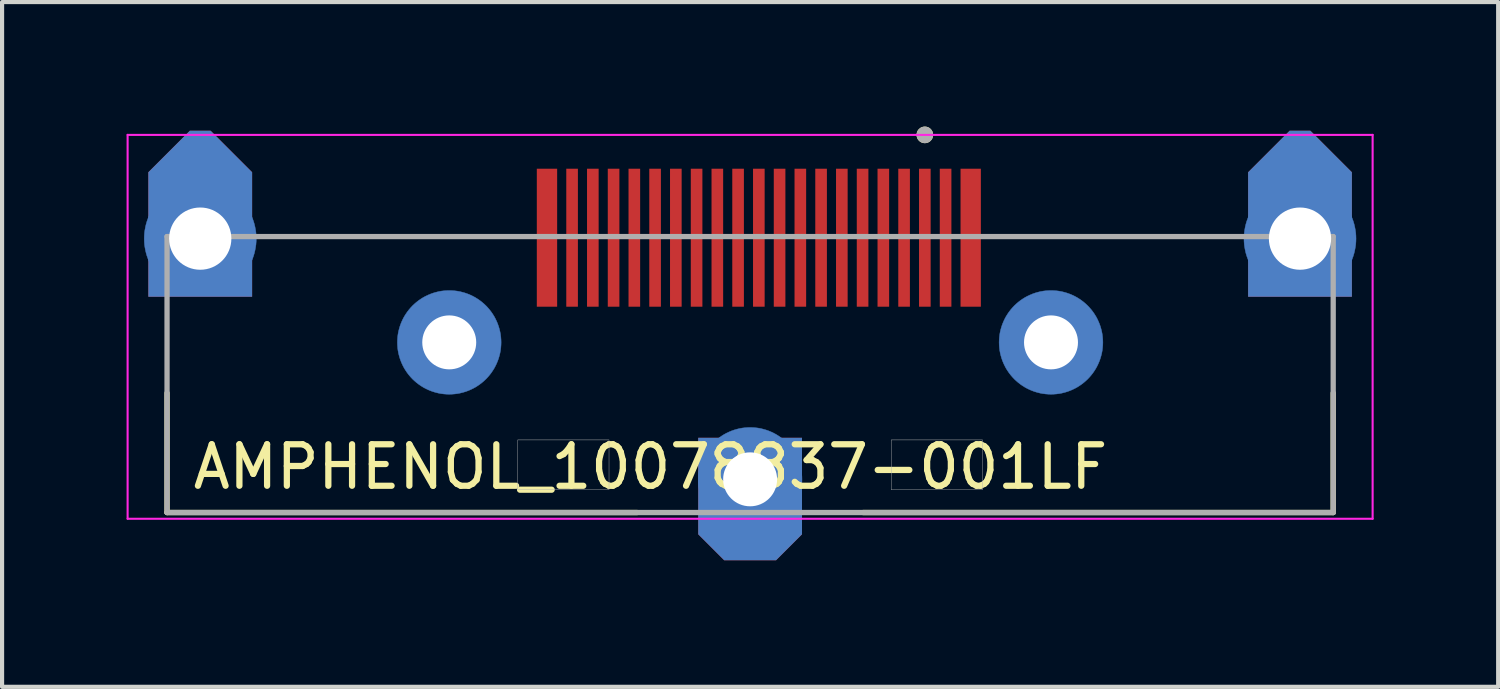
<source format=kicad_pcb>
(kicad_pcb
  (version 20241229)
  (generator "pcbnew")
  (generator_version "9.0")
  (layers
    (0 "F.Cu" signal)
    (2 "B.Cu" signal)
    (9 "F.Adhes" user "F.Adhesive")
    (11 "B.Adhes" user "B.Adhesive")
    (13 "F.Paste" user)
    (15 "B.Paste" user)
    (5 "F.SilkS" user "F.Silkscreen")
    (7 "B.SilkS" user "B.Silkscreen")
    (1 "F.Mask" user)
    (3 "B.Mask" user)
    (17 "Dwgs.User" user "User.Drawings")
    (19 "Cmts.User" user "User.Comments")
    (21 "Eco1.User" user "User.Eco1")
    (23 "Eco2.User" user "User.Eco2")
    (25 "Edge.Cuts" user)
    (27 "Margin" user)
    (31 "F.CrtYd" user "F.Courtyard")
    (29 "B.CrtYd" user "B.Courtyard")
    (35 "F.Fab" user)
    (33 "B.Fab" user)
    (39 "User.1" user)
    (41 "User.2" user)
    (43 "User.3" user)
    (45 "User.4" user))
  (footprint "AMPHENOL_10078837-001LF"
    (layer "F.Cu")
    (at 15.025 5.2)
    (property "Reference" "AMPHENOL_10078837-001LF" (at -13.5 3 0) (layer "F.SilkS") (effects (font (size 1 1) (thickness 0.15)) (justify left)))
    (attr smd)
    (fp_poly (pts (xy -14.3 -2.5) (xy -14.299 -2.555) (xy -14.294 -2.61) (xy -14.287 -2.664) (xy -14.277 -2.718) (xy -14.264 -2.772) (xy -14.249 -2.824) (xy -14.23 -2.876) (xy -14.209 -2.927) (xy -14.186 -2.977) (xy -14.159 -3.025) (xy -14.131 -3.072) (xy -14.099 -3.117) (xy -14.066 -3.161) (xy -14.03 -3.203) (xy -13.992 -3.242) (xy -13.953 -3.28) (xy -13.911 -3.316) (xy -13.867 -3.349) (xy -13.822 -3.381) (xy -13.775 -3.409) (xy -13.727 -3.436) (xy -13.677 -3.459) (xy -13.626 -3.48) (xy -13.574 -3.499) (xy -13.522 -3.514) (xy -13.468 -3.527) (xy -13.414 -3.537) (xy -13.36 -3.544) (xy -13.305 -3.549) (xy -13.25 -3.55) (xy -13.195 -3.549) (xy -13.14 -3.544) (xy -13.086 -3.537) (xy -13.032 -3.527) (xy -12.978 -3.514) (xy -12.926 -3.499) (xy -12.874 -3.48) (xy -12.823 -3.459) (xy -12.773 -3.436) (xy -12.725 -3.409) (xy -12.678 -3.381) (xy -12.633 -3.349) (xy -12.589 -3.316) (xy -12.547 -3.28) (xy -12.508 -3.242) (xy -12.47 -3.203) (xy -12.434 -3.161) (xy -12.401 -3.117) (xy -12.369 -3.072) (xy -12.341 -3.025) (xy -12.314 -2.977) (xy -12.291 -2.927) (xy -12.27 -2.876) (xy -12.251 -2.824) (xy -12.236 -2.772) (xy -12.223 -2.718) (xy -12.213 -2.664) (xy -12.206 -2.61) (xy -12.201 -2.555) (xy -12.2 -2.5) (xy -12.201 -2.445) (xy -12.206 -2.39) (xy -12.213 -2.336) (xy -12.223 -2.282) (xy -12.236 -2.228) (xy -12.251 -2.176) (xy -12.27 -2.124) (xy -12.291 -2.073) (xy -12.314 -2.023) (xy -12.341 -1.975) (xy -12.369 -1.928) (xy -12.401 -1.883) (xy -12.434 -1.839) (xy -12.47 -1.797) (xy -12.508 -1.758) (xy -12.547 -1.72) (xy -12.589 -1.684) (xy -12.633 -1.651) (xy -12.678 -1.619) (xy -12.725 -1.591) (xy -12.773 -1.564) (xy -12.823 -1.541) (xy -12.874 -1.52) (xy -12.926 -1.501) (xy -12.978 -1.486) (xy -13.032 -1.473) (xy -13.086 -1.463) (xy -13.14 -1.456) (xy -13.195 -1.451) (xy -13.25 -1.45) (xy -13.305 -1.451) (xy -13.36 -1.456) (xy -13.414 -1.463) (xy -13.468 -1.473) (xy -13.522 -1.486) (xy -13.574 -1.501) (xy -13.626 -1.52) (xy -13.677 -1.541) (xy -13.727 -1.564) (xy -13.775 -1.591) (xy -13.822 -1.619) (xy -13.867 -1.651) (xy -13.911 -1.684) (xy -13.953 -1.72) (xy -13.992 -1.758) (xy -14.03 -1.797) (xy -14.066 -1.839) (xy -14.099 -1.883) (xy -14.131 -1.928) (xy -14.159 -1.975) (xy -14.186 -2.023) (xy -14.209 -2.073) (xy -14.23 -2.124) (xy -14.249 -2.176) (xy -14.264 -2.228) (xy -14.277 -2.282) (xy -14.287 -2.336) (xy -14.294 -2.39) (xy -14.299 -2.445) (xy -14.3 -2.5)) (stroke (width 0.01) (type solid)) (fill yes) (layer "F.Cu"))
    (fp_poly (pts (xy -8.1 0) (xy -8.099 -0.044) (xy -8.095 -0.089) (xy -8.09 -0.133) (xy -8.081 -0.177) (xy -8.071 -0.22) (xy -8.058 -0.263) (xy -8.044 -0.305) (xy -8.027 -0.346) (xy -8.007 -0.386) (xy -7.986 -0.425) (xy -7.963 -0.463) (xy -7.938 -0.5) (xy -7.911 -0.535) (xy -7.882 -0.569) (xy -7.851 -0.601) (xy -7.819 -0.632) (xy -7.785 -0.661) (xy -7.75 -0.688) (xy -7.713 -0.713) (xy -7.675 -0.736) (xy -7.636 -0.757) (xy -7.596 -0.777) (xy -7.555 -0.794) (xy -7.513 -0.808) (xy -7.47 -0.821) (xy -7.427 -0.831) (xy -7.383 -0.84) (xy -7.339 -0.845) (xy -7.294 -0.849) (xy -7.25 -0.85) (xy -7.206 -0.849) (xy -7.161 -0.845) (xy -7.117 -0.84) (xy -7.073 -0.831) (xy -7.03 -0.821) (xy -6.987 -0.808) (xy -6.945 -0.794) (xy -6.904 -0.777) (xy -6.864 -0.757) (xy -6.825 -0.736) (xy -6.787 -0.713) (xy -6.75 -0.688) (xy -6.715 -0.661) (xy -6.681 -0.632) (xy -6.649 -0.601) (xy -6.618 -0.569) (xy -6.589 -0.535) (xy -6.562 -0.5) (xy -6.537 -0.463) (xy -6.514 -0.425) (xy -6.493 -0.386) (xy -6.473 -0.346) (xy -6.456 -0.305) (xy -6.442 -0.263) (xy -6.429 -0.22) (xy -6.419 -0.177) (xy -6.41 -0.133) (xy -6.405 -0.089) (xy -6.401 -0.044) (xy -6.4 0) (xy -6.401 0.044) (xy -6.405 0.089) (xy -6.41 0.133) (xy -6.419 0.177) (xy -6.429 0.22) (xy -6.442 0.263) (xy -6.456 0.305) (xy -6.473 0.346) (xy -6.493 0.386) (xy -6.514 0.425) (xy -6.537 0.463) (xy -6.562 0.5) (xy -6.589 0.535) (xy -6.618 0.569) (xy -6.649 0.601) (xy -6.681 0.632) (xy -6.715 0.661) (xy -6.75 0.688) (xy -6.787 0.713) (xy -6.825 0.736) (xy -6.864 0.757) (xy -6.904 0.777) (xy -6.945 0.794) (xy -6.987 0.808) (xy -7.03 0.821) (xy -7.073 0.831) (xy -7.117 0.84) (xy -7.161 0.845) (xy -7.206 0.849) (xy -7.25 0.85) (xy -7.294 0.849) (xy -7.339 0.845) (xy -7.383 0.84) (xy -7.427 0.831) (xy -7.47 0.821) (xy -7.513 0.808) (xy -7.555 0.794) (xy -7.596 0.777) (xy -7.636 0.757) (xy -7.675 0.736) (xy -7.713 0.713) (xy -7.75 0.688) (xy -7.785 0.661) (xy -7.819 0.632) (xy -7.851 0.601) (xy -7.882 0.569) (xy -7.911 0.535) (xy -7.938 0.5) (xy -7.963 0.463) (xy -7.986 0.425) (xy -8.007 0.386) (xy -8.027 0.346) (xy -8.044 0.305) (xy -8.058 0.263) (xy -8.071 0.22) (xy -8.081 0.177) (xy -8.09 0.133) (xy -8.095 0.089) (xy -8.099 0.044) (xy -8.1 0)) (stroke (width 0.01) (type solid)) (fill yes) (layer "F.Cu"))
    (fp_poly (pts (xy -0.85 3.3) (xy -0.849 3.256) (xy -0.845 3.211) (xy -0.84 3.167) (xy -0.831 3.123) (xy -0.821 3.08) (xy -0.808 3.037) (xy -0.794 2.995) (xy -0.777 2.954) (xy -0.757 2.914) (xy -0.736 2.875) (xy -0.713 2.837) (xy -0.688 2.8) (xy -0.661 2.765) (xy -0.632 2.731) (xy -0.601 2.699) (xy -0.569 2.668) (xy -0.535 2.639) (xy -0.5 2.612) (xy -0.463 2.587) (xy -0.425 2.564) (xy -0.386 2.543) (xy -0.346 2.523) (xy -0.305 2.506) (xy -0.263 2.492) (xy -0.22 2.479) (xy -0.177 2.469) (xy -0.133 2.46) (xy -0.089 2.455) (xy -0.044 2.451) (xy 0 2.45) (xy 0.044 2.451) (xy 0.089 2.455) (xy 0.133 2.46) (xy 0.177 2.469) (xy 0.22 2.479) (xy 0.263 2.492) (xy 0.305 2.506) (xy 0.346 2.523) (xy 0.386 2.543) (xy 0.425 2.564) (xy 0.463 2.587) (xy 0.5 2.612) (xy 0.535 2.639) (xy 0.569 2.668) (xy 0.601 2.699) (xy 0.632 2.731) (xy 0.661 2.765) (xy 0.688 2.8) (xy 0.713 2.837) (xy 0.736 2.875) (xy 0.757 2.914) (xy 0.777 2.954) (xy 0.794 2.995) (xy 0.808 3.037) (xy 0.821 3.08) (xy 0.831 3.123) (xy 0.84 3.167) (xy 0.845 3.211) (xy 0.849 3.256) (xy 0.85 3.3) (xy 0.849 3.344) (xy 0.845 3.389) (xy 0.84 3.433) (xy 0.831 3.477) (xy 0.821 3.52) (xy 0.808 3.563) (xy 0.794 3.605) (xy 0.777 3.646) (xy 0.757 3.686) (xy 0.736 3.725) (xy 0.713 3.763) (xy 0.688 3.8) (xy 0.661 3.835) (xy 0.632 3.869) (xy 0.601 3.901) (xy 0.569 3.932) (xy 0.535 3.961) (xy 0.5 3.988) (xy 0.463 4.013) (xy 0.425 4.036) (xy 0.386 4.057) (xy 0.346 4.077) (xy 0.305 4.094) (xy 0.263 4.108) (xy 0.22 4.121) (xy 0.177 4.131) (xy 0.133 4.14) (xy 0.089 4.145) (xy 0.044 4.149) (xy 0 4.15) (xy -0.044 4.149) (xy -0.089 4.145) (xy -0.133 4.14) (xy -0.177 4.131) (xy -0.22 4.121) (xy -0.263 4.108) (xy -0.305 4.094) (xy -0.346 4.077) (xy -0.386 4.057) (xy -0.425 4.036) (xy -0.463 4.013) (xy -0.5 3.988) (xy -0.535 3.961) (xy -0.569 3.932) (xy -0.601 3.901) (xy -0.632 3.869) (xy -0.661 3.835) (xy -0.688 3.8) (xy -0.713 3.763) (xy -0.736 3.725) (xy -0.757 3.686) (xy -0.777 3.646) (xy -0.794 3.605) (xy -0.808 3.563) (xy -0.821 3.52) (xy -0.831 3.477) (xy -0.84 3.433) (xy -0.845 3.389) (xy -0.849 3.344) (xy -0.85 3.3)) (stroke (width 0.01) (type solid)) (fill yes) (layer "F.Cu"))
    (fp_poly (pts (xy 6.4 0) (xy 6.401 -0.044) (xy 6.405 -0.089) (xy 6.41 -0.133) (xy 6.419 -0.177) (xy 6.429 -0.22) (xy 6.442 -0.263) (xy 6.456 -0.305) (xy 6.473 -0.346) (xy 6.493 -0.386) (xy 6.514 -0.425) (xy 6.537 -0.463) (xy 6.562 -0.5) (xy 6.589 -0.535) (xy 6.618 -0.569) (xy 6.649 -0.601) (xy 6.681 -0.632) (xy 6.715 -0.661) (xy 6.75 -0.688) (xy 6.787 -0.713) (xy 6.825 -0.736) (xy 6.864 -0.757) (xy 6.904 -0.777) (xy 6.945 -0.794) (xy 6.987 -0.808) (xy 7.03 -0.821) (xy 7.073 -0.831) (xy 7.117 -0.84) (xy 7.161 -0.845) (xy 7.206 -0.849) (xy 7.25 -0.85) (xy 7.294 -0.849) (xy 7.339 -0.845) (xy 7.383 -0.84) (xy 7.427 -0.831) (xy 7.47 -0.821) (xy 7.513 -0.808) (xy 7.555 -0.794) (xy 7.596 -0.777) (xy 7.636 -0.757) (xy 7.675 -0.736) (xy 7.713 -0.713) (xy 7.75 -0.688) (xy 7.785 -0.661) (xy 7.819 -0.632) (xy 7.851 -0.601) (xy 7.882 -0.569) (xy 7.911 -0.535) (xy 7.938 -0.5) (xy 7.963 -0.463) (xy 7.986 -0.425) (xy 8.007 -0.386) (xy 8.027 -0.346) (xy 8.044 -0.305) (xy 8.058 -0.263) (xy 8.071 -0.22) (xy 8.081 -0.177) (xy 8.09 -0.133) (xy 8.095 -0.089) (xy 8.099 -0.044) (xy 8.1 0) (xy 8.099 0.044) (xy 8.095 0.089) (xy 8.09 0.133) (xy 8.081 0.177) (xy 8.071 0.22) (xy 8.058 0.263) (xy 8.044 0.305) (xy 8.027 0.346) (xy 8.007 0.386) (xy 7.986 0.425) (xy 7.963 0.463) (xy 7.938 0.5) (xy 7.911 0.535) (xy 7.882 0.569) (xy 7.851 0.601) (xy 7.819 0.632) (xy 7.785 0.661) (xy 7.75 0.688) (xy 7.713 0.713) (xy 7.675 0.736) (xy 7.636 0.757) (xy 7.596 0.777) (xy 7.555 0.794) (xy 7.513 0.808) (xy 7.47 0.821) (xy 7.427 0.831) (xy 7.383 0.84) (xy 7.339 0.845) (xy 7.294 0.849) (xy 7.25 0.85) (xy 7.206 0.849) (xy 7.161 0.845) (xy 7.117 0.84) (xy 7.073 0.831) (xy 7.03 0.821) (xy 6.987 0.808) (xy 6.945 0.794) (xy 6.904 0.777) (xy 6.864 0.757) (xy 6.825 0.736) (xy 6.787 0.713) (xy 6.75 0.688) (xy 6.715 0.661) (xy 6.681 0.632) (xy 6.649 0.601) (xy 6.618 0.569) (xy 6.589 0.535) (xy 6.562 0.5) (xy 6.537 0.463) (xy 6.514 0.425) (xy 6.493 0.386) (xy 6.473 0.346) (xy 6.456 0.305) (xy 6.442 0.263) (xy 6.429 0.22) (xy 6.419 0.177) (xy 6.41 0.133) (xy 6.405 0.089) (xy 6.401 0.044) (xy 6.4 0)) (stroke (width 0.01) (type solid)) (fill yes) (layer "F.Cu"))
    (fp_poly (pts (xy 12.2 -2.5) (xy 12.201 -2.555) (xy 12.206 -2.61) (xy 12.213 -2.664) (xy 12.223 -2.718) (xy 12.236 -2.772) (xy 12.251 -2.824) (xy 12.27 -2.876) (xy 12.291 -2.927) (xy 12.314 -2.977) (xy 12.341 -3.025) (xy 12.369 -3.072) (xy 12.401 -3.117) (xy 12.434 -3.161) (xy 12.47 -3.203) (xy 12.508 -3.242) (xy 12.547 -3.28) (xy 12.589 -3.316) (xy 12.633 -3.349) (xy 12.678 -3.381) (xy 12.725 -3.409) (xy 12.773 -3.436) (xy 12.823 -3.459) (xy 12.874 -3.48) (xy 12.926 -3.499) (xy 12.978 -3.514) (xy 13.032 -3.527) (xy 13.086 -3.537) (xy 13.14 -3.544) (xy 13.195 -3.549) (xy 13.25 -3.55) (xy 13.305 -3.549) (xy 13.36 -3.544) (xy 13.414 -3.537) (xy 13.468 -3.527) (xy 13.522 -3.514) (xy 13.574 -3.499) (xy 13.626 -3.48) (xy 13.677 -3.459) (xy 13.727 -3.436) (xy 13.775 -3.409) (xy 13.822 -3.381) (xy 13.867 -3.349) (xy 13.911 -3.316) (xy 13.953 -3.28) (xy 13.992 -3.242) (xy 14.03 -3.203) (xy 14.066 -3.161) (xy 14.099 -3.117) (xy 14.131 -3.072) (xy 14.159 -3.025) (xy 14.186 -2.977) (xy 14.209 -2.927) (xy 14.23 -2.876) (xy 14.249 -2.824) (xy 14.264 -2.772) (xy 14.277 -2.718) (xy 14.287 -2.664) (xy 14.294 -2.61) (xy 14.299 -2.555) (xy 14.3 -2.5) (xy 14.299 -2.445) (xy 14.294 -2.39) (xy 14.287 -2.336) (xy 14.277 -2.282) (xy 14.264 -2.228) (xy 14.249 -2.176) (xy 14.23 -2.124) (xy 14.209 -2.073) (xy 14.186 -2.023) (xy 14.159 -1.975) (xy 14.131 -1.928) (xy 14.099 -1.883) (xy 14.066 -1.839) (xy 14.03 -1.797) (xy 13.992 -1.758) (xy 13.953 -1.72) (xy 13.911 -1.684) (xy 13.867 -1.651) (xy 13.822 -1.619) (xy 13.775 -1.591) (xy 13.727 -1.564) (xy 13.677 -1.541) (xy 13.626 -1.52) (xy 13.574 -1.501) (xy 13.522 -1.486) (xy 13.468 -1.473) (xy 13.414 -1.463) (xy 13.36 -1.456) (xy 13.305 -1.451) (xy 13.25 -1.45) (xy 13.195 -1.451) (xy 13.14 -1.456) (xy 13.086 -1.463) (xy 13.032 -1.473) (xy 12.978 -1.486) (xy 12.926 -1.501) (xy 12.874 -1.52) (xy 12.823 -1.541) (xy 12.773 -1.564) (xy 12.725 -1.591) (xy 12.678 -1.619) (xy 12.633 -1.651) (xy 12.589 -1.684) (xy 12.547 -1.72) (xy 12.508 -1.758) (xy 12.47 -1.797) (xy 12.434 -1.839) (xy 12.401 -1.883) (xy 12.369 -1.928) (xy 12.341 -1.975) (xy 12.314 -2.023) (xy 12.291 -2.073) (xy 12.27 -2.124) (xy 12.251 -2.176) (xy 12.236 -2.228) (xy 12.223 -2.282) (xy 12.213 -2.336) (xy 12.206 -2.39) (xy 12.201 -2.445) (xy 12.2 -2.5)) (stroke (width 0.01) (type solid)) (fill yes) (layer "F.Cu"))
    (fp_circle (center -7.25 0) (end -6.875 0) (stroke (width 0.75) (type solid)) (fill no) (layer "F.Mask"))
    (fp_circle (center 7.25 0) (end 7.625 0) (stroke (width 0.75) (type solid)) (fill no) (layer "F.Mask"))
    (fp_poly (pts (xy -5.21 -4.185) (xy -4.58 -4.185) (xy -4.58 -0.86) (xy -5.21 -0.86)) (stroke (width 0.01) (type solid)) (fill yes) (layer "F.Mask"))
    (fp_poly (pts (xy -4.5 -4.185) (xy -4.08 -4.185) (xy -4.08 -0.86) (xy -4.5 -0.86)) (stroke (width 0.01) (type solid)) (fill yes) (layer "F.Mask"))
    (fp_poly (pts (xy -4 -4.185) (xy -3.58 -4.185) (xy -3.58 -0.86) (xy -4 -0.86)) (stroke (width 0.01) (type solid)) (fill yes) (layer "F.Mask"))
    (fp_poly (pts (xy -3.5 -4.185) (xy -3.08 -4.185) (xy -3.08 -0.86) (xy -3.5 -0.86)) (stroke (width 0.01) (type solid)) (fill yes) (layer "F.Mask"))
    (fp_poly (pts (xy -3 -4.185) (xy -2.58 -4.185) (xy -2.58 -0.86) (xy -3 -0.86)) (stroke (width 0.01) (type solid)) (fill yes) (layer "F.Mask"))
    (fp_poly (pts (xy -2.5 -4.185) (xy -2.08 -4.185) (xy -2.08 -0.86) (xy -2.5 -0.86)) (stroke (width 0.01) (type solid)) (fill yes) (layer "F.Mask"))
    (fp_poly (pts (xy -2 -4.185) (xy -1.58 -4.185) (xy -1.58 -0.86) (xy -2 -0.86)) (stroke (width 0.01) (type solid)) (fill yes) (layer "F.Mask"))
    (fp_poly (pts (xy -1.5 -4.185) (xy -1.08 -4.185) (xy -1.08 -0.86) (xy -1.5 -0.86)) (stroke (width 0.01) (type solid)) (fill yes) (layer "F.Mask"))
    (fp_poly (pts (xy -1 -4.185) (xy -0.58 -4.185) (xy -0.58 -0.86) (xy -1 -0.86)) (stroke (width 0.01) (type solid)) (fill yes) (layer "F.Mask"))
    (fp_poly (pts (xy -0.5 -4.185) (xy -0.08 -4.185) (xy -0.08 -0.86) (xy -0.5 -0.86)) (stroke (width 0.01) (type solid)) (fill yes) (layer "F.Mask"))
    (fp_poly (pts (xy 0 -4.185) (xy 0.42 -4.185) (xy 0.42 -0.86) (xy 0 -0.86)) (stroke (width 0.01) (type solid)) (fill yes) (layer "F.Mask"))
    (fp_poly (pts (xy 0.5 -4.185) (xy 0.92 -4.185) (xy 0.92 -0.86) (xy 0.5 -0.86)) (stroke (width 0.01) (type solid)) (fill yes) (layer "F.Mask"))
    (fp_poly (pts (xy 1 -4.185) (xy 1.42 -4.185) (xy 1.42 -0.86) (xy 1 -0.86)) (stroke (width 0.01) (type solid)) (fill yes) (layer "F.Mask"))
    (fp_poly (pts (xy 1.5 -4.185) (xy 1.92 -4.185) (xy 1.92 -0.86) (xy 1.5 -0.86)) (stroke (width 0.01) (type solid)) (fill yes) (layer "F.Mask"))
    (fp_poly (pts (xy 2 -4.185) (xy 2.42 -4.185) (xy 2.42 -0.86) (xy 2 -0.86)) (stroke (width 0.01) (type solid)) (fill yes) (layer "F.Mask"))
    (fp_poly (pts (xy 2.5 -4.185) (xy 2.92 -4.185) (xy 2.92 -0.86) (xy 2.5 -0.86)) (stroke (width 0.01) (type solid)) (fill yes) (layer "F.Mask"))
    (fp_poly (pts (xy 3 -4.185) (xy 3.42 -4.185) (xy 3.42 -0.86) (xy 3 -0.86)) (stroke (width 0.01) (type solid)) (fill yes) (layer "F.Mask"))
    (fp_poly (pts (xy 3.5 -4.185) (xy 3.92 -4.185) (xy 3.92 -0.86) (xy 3.5 -0.86)) (stroke (width 0.01) (type solid)) (fill yes) (layer "F.Mask"))
    (fp_poly (pts (xy 4 -4.185) (xy 4.42 -4.185) (xy 4.42 -0.86) (xy 4 -0.86)) (stroke (width 0.01) (type solid)) (fill yes) (layer "F.Mask"))
    (fp_poly (pts (xy 4.5 -4.185) (xy 4.92 -4.185) (xy 4.92 -0.86) (xy 4.5 -0.86)) (stroke (width 0.01) (type solid)) (fill yes) (layer "F.Mask"))
    (fp_poly (pts (xy 5 -4.185) (xy 5.63 -4.185) (xy 5.63 -0.86) (xy 5 -0.86)) (stroke (width 0.01) (type solid)) (fill yes) (layer "F.Mask"))
    (fp_poly (pts (xy -14.5 -1.1) (xy -12 -1.1) (xy -12 -4.1) (xy -13 -5.1) (xy -13.5 -5.1) (xy -14.5 -4.1)) (stroke (width 0.1) (type solid)) (fill yes) (layer "F.Mask"))
    (fp_poly (pts (xy 1.25 2.25) (xy -1.25 2.25) (xy -1.25 4.75) (xy -0.75 5.25) (xy 0.75 5.25) (xy 1.25 4.75)) (stroke (width 0.1) (type solid)) (fill yes) (layer "F.Mask"))
    (fp_poly (pts (xy 12 -1.1) (xy 14.5 -1.1) (xy 14.5 -4.1) (xy 13.5 -5.1) (xy 13 -5.1) (xy 12 -4.1)) (stroke (width 0.1) (type solid)) (fill yes) (layer "F.Mask"))
    (fp_poly (pts (xy -14.6 -2.5) (xy -14.598 -2.571) (xy -14.593 -2.641) (xy -14.583 -2.711) (xy -14.57 -2.781) (xy -14.554 -2.849) (xy -14.534 -2.917) (xy -14.51 -2.984) (xy -14.483 -3.049) (xy -14.453 -3.113) (xy -14.419 -3.175) (xy -14.382 -3.235) (xy -14.342 -3.294) (xy -14.299 -3.35) (xy -14.253 -3.403) (xy -14.205 -3.455) (xy -14.153 -3.503) (xy -14.1 -3.549) (xy -14.044 -3.592) (xy -13.985 -3.632) (xy -13.925 -3.669) (xy -13.863 -3.703) (xy -13.799 -3.733) (xy -13.734 -3.76) (xy -13.667 -3.784) (xy -13.599 -3.804) (xy -13.531 -3.82) (xy -13.461 -3.833) (xy -13.391 -3.843) (xy -13.321 -3.848) (xy -13.25 -3.85) (xy -13.179 -3.848) (xy -13.109 -3.843) (xy -13.039 -3.833) (xy -12.969 -3.82) (xy -12.901 -3.804) (xy -12.833 -3.784) (xy -12.766 -3.76) (xy -12.701 -3.733) (xy -12.637 -3.703) (xy -12.575 -3.669) (xy -12.515 -3.632) (xy -12.456 -3.592) (xy -12.4 -3.549) (xy -12.347 -3.503) (xy -12.295 -3.455) (xy -12.247 -3.403) (xy -12.201 -3.35) (xy -12.158 -3.294) (xy -12.118 -3.235) (xy -12.081 -3.175) (xy -12.047 -3.113) (xy -12.017 -3.049) (xy -11.99 -2.984) (xy -11.966 -2.917) (xy -11.946 -2.849) (xy -11.93 -2.781) (xy -11.917 -2.711) (xy -11.907 -2.641) (xy -11.902 -2.571) (xy -11.9 -2.5) (xy -11.902 -2.429) (xy -11.907 -2.359) (xy -11.917 -2.289) (xy -11.93 -2.219) (xy -11.946 -2.151) (xy -11.966 -2.083) (xy -11.99 -2.016) (xy -12.017 -1.951) (xy -12.047 -1.887) (xy -12.081 -1.825) (xy -12.118 -1.765) (xy -12.158 -1.706) (xy -12.201 -1.65) (xy -12.247 -1.597) (xy -12.295 -1.545) (xy -12.347 -1.497) (xy -12.4 -1.451) (xy -12.456 -1.408) (xy -12.515 -1.368) (xy -12.575 -1.331) (xy -12.637 -1.297) (xy -12.701 -1.267) (xy -12.766 -1.24) (xy -12.833 -1.216) (xy -12.901 -1.196) (xy -12.969 -1.18) (xy -13.039 -1.167) (xy -13.109 -1.157) (xy -13.179 -1.152) (xy -13.25 -1.15) (xy -13.321 -1.152) (xy -13.391 -1.157) (xy -13.461 -1.167) (xy -13.531 -1.18) (xy -13.599 -1.196) (xy -13.667 -1.216) (xy -13.734 -1.24) (xy -13.799 -1.267) (xy -13.863 -1.297) (xy -13.925 -1.331) (xy -13.985 -1.368) (xy -14.044 -1.408) (xy -14.1 -1.451) (xy -14.153 -1.497) (xy -14.205 -1.545) (xy -14.253 -1.597) (xy -14.299 -1.65) (xy -14.342 -1.706) (xy -14.382 -1.765) (xy -14.419 -1.825) (xy -14.453 -1.887) (xy -14.483 -1.951) (xy -14.51 -2.016) (xy -14.534 -2.083) (xy -14.554 -2.151) (xy -14.57 -2.219) (xy -14.583 -2.289) (xy -14.593 -2.359) (xy -14.598 -2.429) (xy -14.6 -2.5)) (stroke (width 0.01) (type solid)) (fill yes) (layer "B.Cu"))
    (fp_poly (pts (xy -8.5 0) (xy -8.498 -0.065) (xy -8.493 -0.131) (xy -8.485 -0.196) (xy -8.473 -0.26) (xy -8.457 -0.324) (xy -8.439 -0.386) (xy -8.417 -0.448) (xy -8.392 -0.508) (xy -8.364 -0.567) (xy -8.333 -0.625) (xy -8.298 -0.681) (xy -8.261 -0.735) (xy -8.221 -0.787) (xy -8.179 -0.836) (xy -8.134 -0.884) (xy -8.086 -0.929) (xy -8.037 -0.971) (xy -7.985 -1.011) (xy -7.931 -1.048) (xy -7.875 -1.083) (xy -7.817 -1.114) (xy -7.758 -1.142) (xy -7.698 -1.167) (xy -7.636 -1.189) (xy -7.574 -1.207) (xy -7.51 -1.223) (xy -7.446 -1.235) (xy -7.381 -1.243) (xy -7.315 -1.248) (xy -7.25 -1.25) (xy -7.185 -1.248) (xy -7.119 -1.243) (xy -7.054 -1.235) (xy -6.99 -1.223) (xy -6.926 -1.207) (xy -6.864 -1.189) (xy -6.802 -1.167) (xy -6.742 -1.142) (xy -6.683 -1.114) (xy -6.625 -1.083) (xy -6.569 -1.048) (xy -6.515 -1.011) (xy -6.463 -0.971) (xy -6.414 -0.929) (xy -6.366 -0.884) (xy -6.321 -0.836) (xy -6.279 -0.787) (xy -6.239 -0.735) (xy -6.202 -0.681) (xy -6.167 -0.625) (xy -6.136 -0.567) (xy -6.108 -0.508) (xy -6.083 -0.448) (xy -6.061 -0.386) (xy -6.043 -0.324) (xy -6.027 -0.26) (xy -6.015 -0.196) (xy -6.007 -0.131) (xy -6.002 -0.065) (xy -6 0) (xy -6.002 0.065) (xy -6.007 0.131) (xy -6.015 0.196) (xy -6.027 0.26) (xy -6.043 0.324) (xy -6.061 0.386) (xy -6.083 0.448) (xy -6.108 0.508) (xy -6.136 0.567) (xy -6.167 0.625) (xy -6.202 0.681) (xy -6.239 0.735) (xy -6.279 0.787) (xy -6.321 0.836) (xy -6.366 0.884) (xy -6.414 0.929) (xy -6.463 0.971) (xy -6.515 1.011) (xy -6.569 1.048) (xy -6.625 1.083) (xy -6.683 1.114) (xy -6.742 1.142) (xy -6.802 1.167) (xy -6.864 1.189) (xy -6.926 1.207) (xy -6.99 1.223) (xy -7.054 1.235) (xy -7.119 1.243) (xy -7.185 1.248) (xy -7.25 1.25) (xy -7.315 1.248) (xy -7.381 1.243) (xy -7.446 1.235) (xy -7.51 1.223) (xy -7.574 1.207) (xy -7.636 1.189) (xy -7.698 1.167) (xy -7.758 1.142) (xy -7.817 1.114) (xy -7.875 1.083) (xy -7.931 1.048) (xy -7.985 1.011) (xy -8.037 0.971) (xy -8.086 0.929) (xy -8.134 0.884) (xy -8.179 0.836) (xy -8.221 0.787) (xy -8.261 0.735) (xy -8.298 0.681) (xy -8.333 0.625) (xy -8.364 0.567) (xy -8.392 0.508) (xy -8.417 0.448) (xy -8.439 0.386) (xy -8.457 0.324) (xy -8.473 0.26) (xy -8.485 0.196) (xy -8.493 0.131) (xy -8.498 0.065) (xy -8.5 0)) (stroke (width 0.01) (type solid)) (fill yes) (layer "B.Cu"))
    (fp_poly (pts (xy -1.25 3.3) (xy -1.248 3.235) (xy -1.243 3.169) (xy -1.235 3.104) (xy -1.223 3.04) (xy -1.207 2.976) (xy -1.189 2.914) (xy -1.167 2.852) (xy -1.142 2.792) (xy -1.114 2.733) (xy -1.083 2.675) (xy -1.048 2.619) (xy -1.011 2.565) (xy -0.971 2.513) (xy -0.929 2.464) (xy -0.884 2.416) (xy -0.836 2.371) (xy -0.787 2.329) (xy -0.735 2.289) (xy -0.681 2.252) (xy -0.625 2.217) (xy -0.567 2.186) (xy -0.508 2.158) (xy -0.448 2.133) (xy -0.386 2.111) (xy -0.324 2.093) (xy -0.26 2.077) (xy -0.196 2.065) (xy -0.131 2.057) (xy -0.065 2.052) (xy 0 2.05) (xy 0.065 2.052) (xy 0.131 2.057) (xy 0.196 2.065) (xy 0.26 2.077) (xy 0.324 2.093) (xy 0.386 2.111) (xy 0.448 2.133) (xy 0.508 2.158) (xy 0.567 2.186) (xy 0.625 2.217) (xy 0.681 2.252) (xy 0.735 2.289) (xy 0.787 2.329) (xy 0.836 2.371) (xy 0.884 2.416) (xy 0.929 2.464) (xy 0.971 2.513) (xy 1.011 2.565) (xy 1.048 2.619) (xy 1.083 2.675) (xy 1.114 2.733) (xy 1.142 2.792) (xy 1.167 2.852) (xy 1.189 2.914) (xy 1.207 2.976) (xy 1.223 3.04) (xy 1.235 3.104) (xy 1.243 3.169) (xy 1.248 3.235) (xy 1.25 3.3) (xy 1.248 3.365) (xy 1.243 3.431) (xy 1.235 3.496) (xy 1.223 3.56) (xy 1.207 3.624) (xy 1.189 3.686) (xy 1.167 3.748) (xy 1.142 3.808) (xy 1.114 3.867) (xy 1.083 3.925) (xy 1.048 3.981) (xy 1.011 4.035) (xy 0.971 4.087) (xy 0.929 4.136) (xy 0.884 4.184) (xy 0.836 4.229) (xy 0.787 4.271) (xy 0.735 4.311) (xy 0.681 4.348) (xy 0.625 4.383) (xy 0.567 4.414) (xy 0.508 4.442) (xy 0.448 4.467) (xy 0.386 4.489) (xy 0.324 4.507) (xy 0.26 4.523) (xy 0.196 4.535) (xy 0.131 4.543) (xy 0.065 4.548) (xy 0 4.55) (xy -0.065 4.548) (xy -0.131 4.543) (xy -0.196 4.535) (xy -0.26 4.523) (xy -0.324 4.507) (xy -0.386 4.489) (xy -0.448 4.467) (xy -0.508 4.442) (xy -0.567 4.414) (xy -0.625 4.383) (xy -0.681 4.348) (xy -0.735 4.311) (xy -0.787 4.271) (xy -0.836 4.229) (xy -0.884 4.184) (xy -0.929 4.136) (xy -0.971 4.087) (xy -1.011 4.035) (xy -1.048 3.981) (xy -1.083 3.925) (xy -1.114 3.867) (xy -1.142 3.808) (xy -1.167 3.748) (xy -1.189 3.686) (xy -1.207 3.624) (xy -1.223 3.56) (xy -1.235 3.496) (xy -1.243 3.431) (xy -1.248 3.365) (xy -1.25 3.3)) (stroke (width 0.01) (type solid)) (fill yes) (layer "B.Cu"))
    (fp_poly (pts (xy 6 0) (xy 6.002 -0.065) (xy 6.007 -0.131) (xy 6.015 -0.196) (xy 6.027 -0.26) (xy 6.043 -0.324) (xy 6.061 -0.386) (xy 6.083 -0.448) (xy 6.108 -0.508) (xy 6.136 -0.567) (xy 6.167 -0.625) (xy 6.202 -0.681) (xy 6.239 -0.735) (xy 6.279 -0.787) (xy 6.321 -0.836) (xy 6.366 -0.884) (xy 6.414 -0.929) (xy 6.463 -0.971) (xy 6.515 -1.011) (xy 6.569 -1.048) (xy 6.625 -1.083) (xy 6.683 -1.114) (xy 6.742 -1.142) (xy 6.802 -1.167) (xy 6.864 -1.189) (xy 6.926 -1.207) (xy 6.99 -1.223) (xy 7.054 -1.235) (xy 7.119 -1.243) (xy 7.185 -1.248) (xy 7.25 -1.25) (xy 7.315 -1.248) (xy 7.381 -1.243) (xy 7.446 -1.235) (xy 7.51 -1.223) (xy 7.574 -1.207) (xy 7.636 -1.189) (xy 7.698 -1.167) (xy 7.758 -1.142) (xy 7.817 -1.114) (xy 7.875 -1.083) (xy 7.931 -1.048) (xy 7.985 -1.011) (xy 8.037 -0.971) (xy 8.086 -0.929) (xy 8.134 -0.884) (xy 8.179 -0.836) (xy 8.221 -0.787) (xy 8.261 -0.735) (xy 8.298 -0.681) (xy 8.333 -0.625) (xy 8.364 -0.567) (xy 8.392 -0.508) (xy 8.417 -0.448) (xy 8.439 -0.386) (xy 8.457 -0.324) (xy 8.473 -0.26) (xy 8.485 -0.196) (xy 8.493 -0.131) (xy 8.498 -0.065) (xy 8.5 0) (xy 8.498 0.065) (xy 8.493 0.131) (xy 8.485 0.196) (xy 8.473 0.26) (xy 8.457 0.324) (xy 8.439 0.386) (xy 8.417 0.448) (xy 8.392 0.508) (xy 8.364 0.567) (xy 8.333 0.625) (xy 8.298 0.681) (xy 8.261 0.735) (xy 8.221 0.787) (xy 8.179 0.836) (xy 8.134 0.884) (xy 8.086 0.929) (xy 8.037 0.971) (xy 7.985 1.011) (xy 7.931 1.048) (xy 7.875 1.083) (xy 7.817 1.114) (xy 7.758 1.142) (xy 7.698 1.167) (xy 7.636 1.189) (xy 7.574 1.207) (xy 7.51 1.223) (xy 7.446 1.235) (xy 7.381 1.243) (xy 7.315 1.248) (xy 7.25 1.25) (xy 7.185 1.248) (xy 7.119 1.243) (xy 7.054 1.235) (xy 6.99 1.223) (xy 6.926 1.207) (xy 6.864 1.189) (xy 6.802 1.167) (xy 6.742 1.142) (xy 6.683 1.114) (xy 6.625 1.083) (xy 6.569 1.048) (xy 6.515 1.011) (xy 6.463 0.971) (xy 6.414 0.929) (xy 6.366 0.884) (xy 6.321 0.836) (xy 6.279 0.787) (xy 6.239 0.735) (xy 6.202 0.681) (xy 6.167 0.625) (xy 6.136 0.567) (xy 6.108 0.508) (xy 6.083 0.448) (xy 6.061 0.386) (xy 6.043 0.324) (xy 6.027 0.26) (xy 6.015 0.196) (xy 6.007 0.131) (xy 6.002 0.065) (xy 6 0)) (stroke (width 0.01) (type solid)) (fill yes) (layer "B.Cu"))
    (fp_poly (pts (xy 11.9 -2.5) (xy 11.902 -2.571) (xy 11.907 -2.641) (xy 11.917 -2.711) (xy 11.93 -2.781) (xy 11.946 -2.849) (xy 11.966 -2.917) (xy 11.99 -2.984) (xy 12.017 -3.049) (xy 12.047 -3.113) (xy 12.081 -3.175) (xy 12.118 -3.235) (xy 12.158 -3.294) (xy 12.201 -3.35) (xy 12.247 -3.403) (xy 12.295 -3.455) (xy 12.347 -3.503) (xy 12.4 -3.549) (xy 12.456 -3.592) (xy 12.515 -3.632) (xy 12.575 -3.669) (xy 12.637 -3.703) (xy 12.701 -3.733) (xy 12.766 -3.76) (xy 12.833 -3.784) (xy 12.901 -3.804) (xy 12.969 -3.82) (xy 13.039 -3.833) (xy 13.109 -3.843) (xy 13.179 -3.848) (xy 13.25 -3.85) (xy 13.321 -3.848) (xy 13.391 -3.843) (xy 13.461 -3.833) (xy 13.531 -3.82) (xy 13.599 -3.804) (xy 13.667 -3.784) (xy 13.734 -3.76) (xy 13.799 -3.733) (xy 13.863 -3.703) (xy 13.925 -3.669) (xy 13.985 -3.632) (xy 14.044 -3.592) (xy 14.1 -3.549) (xy 14.153 -3.503) (xy 14.205 -3.455) (xy 14.253 -3.403) (xy 14.299 -3.35) (xy 14.342 -3.294) (xy 14.382 -3.235) (xy 14.419 -3.175) (xy 14.453 -3.113) (xy 14.483 -3.049) (xy 14.51 -2.984) (xy 14.534 -2.917) (xy 14.554 -2.849) (xy 14.57 -2.781) (xy 14.583 -2.711) (xy 14.593 -2.641) (xy 14.598 -2.571) (xy 14.6 -2.5) (xy 14.598 -2.429) (xy 14.593 -2.359) (xy 14.583 -2.289) (xy 14.57 -2.219) (xy 14.554 -2.151) (xy 14.534 -2.083) (xy 14.51 -2.016) (xy 14.483 -1.951) (xy 14.453 -1.887) (xy 14.419 -1.825) (xy 14.382 -1.765) (xy 14.342 -1.706) (xy 14.299 -1.65) (xy 14.253 -1.597) (xy 14.205 -1.545) (xy 14.153 -1.497) (xy 14.1 -1.451) (xy 14.044 -1.408) (xy 13.985 -1.368) (xy 13.925 -1.331) (xy 13.863 -1.297) (xy 13.799 -1.267) (xy 13.734 -1.24) (xy 13.667 -1.216) (xy 13.599 -1.196) (xy 13.531 -1.18) (xy 13.461 -1.167) (xy 13.391 -1.157) (xy 13.321 -1.152) (xy 13.25 -1.15) (xy 13.179 -1.152) (xy 13.109 -1.157) (xy 13.039 -1.167) (xy 12.969 -1.18) (xy 12.901 -1.196) (xy 12.833 -1.216) (xy 12.766 -1.24) (xy 12.701 -1.267) (xy 12.637 -1.297) (xy 12.575 -1.331) (xy 12.515 -1.368) (xy 12.456 -1.408) (xy 12.4 -1.451) (xy 12.347 -1.497) (xy 12.295 -1.545) (xy 12.247 -1.597) (xy 12.201 -1.65) (xy 12.158 -1.706) (xy 12.118 -1.765) (xy 12.081 -1.825) (xy 12.047 -1.887) (xy 12.017 -1.951) (xy 11.99 -2.016) (xy 11.966 -2.083) (xy 11.946 -2.151) (xy 11.93 -2.219) (xy 11.917 -2.289) (xy 11.907 -2.359) (xy 11.902 -2.429) (xy 11.9 -2.5)) (stroke (width 0.01) (type solid)) (fill yes) (layer "B.Cu"))
    (fp_circle (center -7.25 0) (end -6.675 0) (stroke (width 1.15) (type solid)) (fill no) (layer "B.Mask"))
    (fp_circle (center 7.25 0) (end 7.825 0) (stroke (width 1.15) (type solid)) (fill no) (layer "B.Mask"))
    (fp_line (start -14.05 4.1) (end -14.05 1.22) (stroke (width 0.127) (type solid)) (layer "F.SilkS"))
    (fp_line (start -2.72 4.1) (end -14.05 4.1) (stroke (width 0.127) (type solid)) (layer "F.SilkS"))
    (fp_line (start 14.05 1.22) (end 14.05 4.1) (stroke (width 0.127) (type solid)) (layer "F.SilkS"))
    (fp_line (start 14.05 4.1) (end 2.72 4.1) (stroke (width 0.127) (type solid)) (layer "F.SilkS"))
    (fp_circle (center 4.21 -5) (end 4.31 -5) (stroke (width 0.2) (type solid)) (fill no) (layer "F.SilkS"))
    (fp_poly (pts (xy -5.115 -4.185) (xy -4.675 -4.185) (xy -4.675 -3.326) (xy -4.7 -3.326) (xy -4.7 -2.288) (xy -4.675 -2.288) (xy -4.675 -0.86) (xy -5.115 -0.86) (xy -5.115 -2.288) (xy -5.09 -2.288) (xy -5.09 -3.326) (xy -5.115 -3.326)) (stroke (width 0.01) (type solid)) (fill yes) (layer "F.Paste"))
    (fp_poly (pts (xy -4.405 -4.185) (xy -4.175 -4.185) (xy -4.175 -3.326) (xy -4.2 -3.326) (xy -4.2 -2.288) (xy -4.175 -2.288) (xy -4.175 -0.86) (xy -4.405 -0.86) (xy -4.405 -2.288) (xy -4.38 -2.288) (xy -4.38 -3.326) (xy -4.405 -3.326)) (stroke (width 0.01) (type solid)) (fill yes) (layer "F.Paste"))
    (fp_poly (pts (xy -3.905 -4.185) (xy -3.675 -4.185) (xy -3.675 -3.326) (xy -3.7 -3.326) (xy -3.7 -2.288) (xy -3.675 -2.288) (xy -3.675 -0.86) (xy -3.905 -0.86) (xy -3.905 -2.288) (xy -3.88 -2.288) (xy -3.88 -3.326) (xy -3.905 -3.326)) (stroke (width 0.01) (type solid)) (fill yes) (layer "F.Paste"))
    (fp_poly (pts (xy -3.405 -4.185) (xy -3.175 -4.185) (xy -3.175 -3.326) (xy -3.2 -3.326) (xy -3.2 -2.288) (xy -3.175 -2.288) (xy -3.175 -0.86) (xy -3.405 -0.86) (xy -3.405 -2.288) (xy -3.38 -2.288) (xy -3.38 -3.326) (xy -3.405 -3.326)) (stroke (width 0.01) (type solid)) (fill yes) (layer "F.Paste"))
    (fp_poly (pts (xy -2.905 -4.185) (xy -2.675 -4.185) (xy -2.675 -3.326) (xy -2.7 -3.326) (xy -2.7 -2.288) (xy -2.675 -2.288) (xy -2.675 -0.86) (xy -2.905 -0.86) (xy -2.905 -2.288) (xy -2.88 -2.288) (xy -2.88 -3.326) (xy -2.905 -3.326)) (stroke (width 0.01) (type solid)) (fill yes) (layer "F.Paste"))
    (fp_poly (pts (xy -2.405 -4.185) (xy -2.175 -4.185) (xy -2.175 -3.326) (xy -2.2 -3.326) (xy -2.2 -2.288) (xy -2.175 -2.288) (xy -2.175 -0.86) (xy -2.405 -0.86) (xy -2.405 -2.288) (xy -2.38 -2.288) (xy -2.38 -3.326) (xy -2.405 -3.326)) (stroke (width 0.01) (type solid)) (fill yes) (layer "F.Paste"))
    (fp_poly (pts (xy -1.905 -4.185) (xy -1.675 -4.185) (xy -1.675 -3.326) (xy -1.7 -3.326) (xy -1.7 -2.288) (xy -1.675 -2.288) (xy -1.675 -0.86) (xy -1.905 -0.86) (xy -1.905 -2.288) (xy -1.88 -2.288) (xy -1.88 -3.326) (xy -1.905 -3.326)) (stroke (width 0.01) (type solid)) (fill yes) (layer "F.Paste"))
    (fp_poly (pts (xy -1.405 -4.185) (xy -1.175 -4.185) (xy -1.175 -3.326) (xy -1.2 -3.326) (xy -1.2 -2.288) (xy -1.175 -2.288) (xy -1.175 -0.86) (xy -1.405 -0.86) (xy -1.405 -2.288) (xy -1.38 -2.288) (xy -1.38 -3.326) (xy -1.405 -3.326)) (stroke (width 0.01) (type solid)) (fill yes) (layer "F.Paste"))
    (fp_poly (pts (xy -0.905 -4.185) (xy -0.675 -4.185) (xy -0.675 -3.326) (xy -0.7 -3.326) (xy -0.7 -2.288) (xy -0.675 -2.288) (xy -0.675 -0.86) (xy -0.905 -0.86) (xy -0.905 -2.288) (xy -0.88 -2.288) (xy -0.88 -3.326) (xy -0.905 -3.326)) (stroke (width 0.01) (type solid)) (fill yes) (layer "F.Paste"))
    (fp_poly (pts (xy -0.405 -4.185) (xy -0.175 -4.185) (xy -0.175 -3.326) (xy -0.2 -3.326) (xy -0.2 -2.288) (xy -0.175 -2.288) (xy -0.175 -0.86) (xy -0.405 -0.86) (xy -0.405 -2.288) (xy -0.38 -2.288) (xy -0.38 -3.326) (xy -0.405 -3.326)) (stroke (width 0.01) (type solid)) (fill yes) (layer "F.Paste"))
    (fp_poly (pts (xy 0.095 -4.185) (xy 0.325 -4.185) (xy 0.325 -3.326) (xy 0.3 -3.326) (xy 0.3 -2.288) (xy 0.325 -2.288) (xy 0.325 -0.86) (xy 0.095 -0.86) (xy 0.095 -2.288) (xy 0.12 -2.288) (xy 0.12 -3.326) (xy 0.095 -3.326)) (stroke (width 0.01) (type solid)) (fill yes) (layer "F.Paste"))
    (fp_poly (pts (xy 0.595 -4.185) (xy 0.825 -4.185) (xy 0.825 -3.326) (xy 0.8 -3.326) (xy 0.8 -2.288) (xy 0.825 -2.288) (xy 0.825 -0.86) (xy 0.595 -0.86) (xy 0.595 -2.288) (xy 0.62 -2.288) (xy 0.62 -3.326) (xy 0.595 -3.326)) (stroke (width 0.01) (type solid)) (fill yes) (layer "F.Paste"))
    (fp_poly (pts (xy 1.095 -4.185) (xy 1.325 -4.185) (xy 1.325 -3.326) (xy 1.3 -3.326) (xy 1.3 -2.288) (xy 1.325 -2.288) (xy 1.325 -0.86) (xy 1.095 -0.86) (xy 1.095 -2.288) (xy 1.12 -2.288) (xy 1.12 -3.326) (xy 1.095 -3.326)) (stroke (width 0.01) (type solid)) (fill yes) (layer "F.Paste"))
    (fp_poly (pts (xy 1.595 -4.185) (xy 1.825 -4.185) (xy 1.825 -3.326) (xy 1.8 -3.326) (xy 1.8 -2.288) (xy 1.825 -2.288) (xy 1.825 -0.86) (xy 1.595 -0.86) (xy 1.595 -2.288) (xy 1.62 -2.288) (xy 1.62 -3.326) (xy 1.595 -3.326)) (stroke (width 0.01) (type solid)) (fill yes) (layer "F.Paste"))
    (fp_poly (pts (xy 2.095 -4.185) (xy 2.325 -4.185) (xy 2.325 -3.326) (xy 2.3 -3.326) (xy 2.3 -2.288) (xy 2.325 -2.288) (xy 2.325 -0.86) (xy 2.095 -0.86) (xy 2.095 -2.288) (xy 2.12 -2.288) (xy 2.12 -3.326) (xy 2.095 -3.326)) (stroke (width 0.01) (type solid)) (fill yes) (layer "F.Paste"))
    (fp_poly (pts (xy 2.595 -4.185) (xy 2.825 -4.185) (xy 2.825 -3.326) (xy 2.8 -3.326) (xy 2.8 -2.288) (xy 2.825 -2.288) (xy 2.825 -0.86) (xy 2.595 -0.86) (xy 2.595 -2.288) (xy 2.62 -2.288) (xy 2.62 -3.326) (xy 2.595 -3.326)) (stroke (width 0.01) (type solid)) (fill yes) (layer "F.Paste"))
    (fp_poly (pts (xy 3.095 -4.185) (xy 3.325 -4.185) (xy 3.325 -3.326) (xy 3.3 -3.326) (xy 3.3 -2.288) (xy 3.325 -2.288) (xy 3.325 -0.86) (xy 3.095 -0.86) (xy 3.095 -2.288) (xy 3.12 -2.288) (xy 3.12 -3.326) (xy 3.095 -3.326)) (stroke (width 0.01) (type solid)) (fill yes) (layer "F.Paste"))
    (fp_poly (pts (xy 3.595 -4.185) (xy 3.825 -4.185) (xy 3.825 -3.326) (xy 3.8 -3.326) (xy 3.8 -2.288) (xy 3.825 -2.288) (xy 3.825 -0.86) (xy 3.595 -0.86) (xy 3.595 -2.288) (xy 3.62 -2.288) (xy 3.62 -3.326) (xy 3.595 -3.326)) (stroke (width 0.01) (type solid)) (fill yes) (layer "F.Paste"))
    (fp_poly (pts (xy 4.095 -4.185) (xy 4.325 -4.185) (xy 4.325 -3.326) (xy 4.3 -3.326) (xy 4.3 -2.288) (xy 4.325 -2.288) (xy 4.325 -0.86) (xy 4.095 -0.86) (xy 4.095 -2.288) (xy 4.12 -2.288) (xy 4.12 -3.326) (xy 4.095 -3.326)) (stroke (width 0.01) (type solid)) (fill yes) (layer "F.Paste"))
    (fp_poly (pts (xy 4.595 -4.185) (xy 4.825 -4.185) (xy 4.825 -3.326) (xy 4.8 -3.326) (xy 4.8 -2.288) (xy 4.825 -2.288) (xy 4.825 -0.86) (xy 4.595 -0.86) (xy 4.595 -2.288) (xy 4.62 -2.288) (xy 4.62 -3.326) (xy 4.595 -3.326)) (stroke (width 0.01) (type solid)) (fill yes) (layer "F.Paste"))
    (fp_poly (pts (xy 5.535 -4.185) (xy 5.095 -4.185) (xy 5.095 -3.326) (xy 5.12 -3.326) (xy 5.12 -2.288) (xy 5.095 -2.288) (xy 5.095 -0.86) (xy 5.535 -0.86) (xy 5.535 -2.288) (xy 5.51 -2.288) (xy 5.51 -3.326) (xy 5.535 -3.326)) (stroke (width 0.01) (type solid)) (fill yes) (layer "F.Paste"))
    (fp_line (start -15 -5) (end 15 -5) (stroke (width 0.05) (type solid)) (layer "F.CrtYd"))
    (fp_line (start -15 4.25) (end -15 -5) (stroke (width 0.05) (type solid)) (layer "F.CrtYd"))
    (fp_line (start 15 -5) (end 15 4.25) (stroke (width 0.05) (type solid)) (layer "F.CrtYd"))
    (fp_line (start 15 4.25) (end -15 4.25) (stroke (width 0.05) (type solid)) (layer "F.CrtYd"))
    (fp_line (start -14.05 -2.55) (end 14.05 -2.55) (stroke (width 0.127) (type solid)) (layer "F.Fab"))
    (fp_line (start -14.05 4.1) (end -14.05 -2.55) (stroke (width 0.127) (type solid)) (layer "F.Fab"))
    (fp_line (start 14.05 -2.55) (end 14.05 4.1) (stroke (width 0.127) (type solid)) (layer "F.Fab"))
    (fp_line (start 14.05 4.1) (end -14.05 4.1) (stroke (width 0.127) (type solid)) (layer "F.Fab"))
    (fp_circle (center 4.21 -5) (end 4.31 -5) (stroke (width 0.2) (type solid)) (fill no) (layer "F.Fab"))
    (fp_poly (pts (xy -5.6 2.35) (xy -3.4 2.35) (xy -3.4 3.55) (xy -5.6 3.55)) (stroke (width 0.01) (type solid)) (fill no) (layer "F.Fab"))
    (fp_poly (pts (xy 3.4 2.35) (xy 5.6 2.35) (xy 5.6 3.55) (xy 3.4 3.55)) (stroke (width 0.01) (type solid)) (fill no) (layer "F.Fab"))
    (pad "1" smd rect (at 4.21 -2.522) (size 0.28 3.325) (layers "F.Cu"))
    (pad "2" smd rect (at 3.71 -2.522) (size 0.28 3.325) (layers "F.Cu"))
    (pad "3" smd rect (at 3.21 -2.522) (size 0.28 3.325) (layers "F.Cu"))
    (pad "4" smd rect (at 2.71 -2.522) (size 0.28 3.325) (layers "F.Cu"))
    (pad "5" smd rect (at 2.21 -2.522) (size 0.28 3.325) (layers "F.Cu"))
    (pad "6" smd rect (at 1.71 -2.522) (size 0.28 3.325) (layers "F.Cu"))
    (pad "7" smd rect (at 1.21 -2.522) (size 0.28 3.325) (layers "F.Cu"))
    (pad "8" smd rect (at 0.71 -2.522) (size 0.28 3.325) (layers "F.Cu"))
    (pad "9" smd rect (at 0.21 -2.522) (size 0.28 3.325) (layers "F.Cu"))
    (pad "10" smd rect (at -0.29 -2.522) (size 0.28 3.325) (layers "F.Cu"))
    (pad "11" smd rect (at -0.79 -2.522) (size 0.28 3.325) (layers "F.Cu"))
    (pad "12" smd rect (at -1.29 -2.522) (size 0.28 3.325) (layers "F.Cu"))
    (pad "13" smd rect (at -1.79 -2.522) (size 0.28 3.325) (layers "F.Cu"))
    (pad "14" smd rect (at -2.29 -2.522) (size 0.28 3.325) (layers "F.Cu"))
    (pad "15" smd rect (at -2.79 -2.522) (size 0.28 3.325) (layers "F.Cu"))
    (pad "16" smd rect (at -3.29 -2.522) (size 0.28 3.325) (layers "F.Cu"))
    (pad "17" smd rect (at -3.79 -2.522) (size 0.28 3.325) (layers "F.Cu"))
    (pad "18" smd rect (at -4.29 -2.522) (size 0.28 3.325) (layers "F.Cu"))
    (pad "19" smd rect (at -4.895 -2.522) (size 0.49 3.325) (layers "F.Cu"))
    (pad "20" smd rect (at 4.71 -2.522) (size 0.28 3.325) (layers "F.Cu"))
    (pad "21" smd rect (at 5.315 -2.522) (size 0.49 3.325) (layers "F.Cu"))
    (pad "S1" thru_hole roundrect (at -13.25 -2.5) (size 2.5 4) (drill 1.5 (offset 0 -0.6)) (layers "*.Cu") (roundrect_rratio 0) (chamfer_ratio 0.4) (chamfer top_left top_right))
    (pad "S2" thru_hole circle (at -7.25 0) (size 1.5 1.5) (drill 1.3) (layers "*.Cu"))
    (pad "S3" thru_hole roundrect (at 0 3.3) (size 2.5 2.95) (drill 1.3 (offset 0 0.475)) (layers "*.Cu") (roundrect_rratio 0) (chamfer_ratio 0.25) (chamfer bottom_left bottom_right))
    (pad "S4" thru_hole circle (at 7.25 0) (size 1.5 1.5) (drill 1.3) (layers "*.Cu"))
    (pad "S5" thru_hole roundrect (at 13.25 -2.5) (size 2.5 4) (drill 1.5 (offset 0 -0.6)) (layers "*.Cu") (roundrect_rratio 0) (chamfer_ratio 0.4) (chamfer top_left top_right)))
  (gr_rect
    (start -3 -3)
    (end 33.05 13.5)
    (stroke (width 0.1) (type default))
    (fill no)
    (layer "Edge.Cuts")))
</source>
